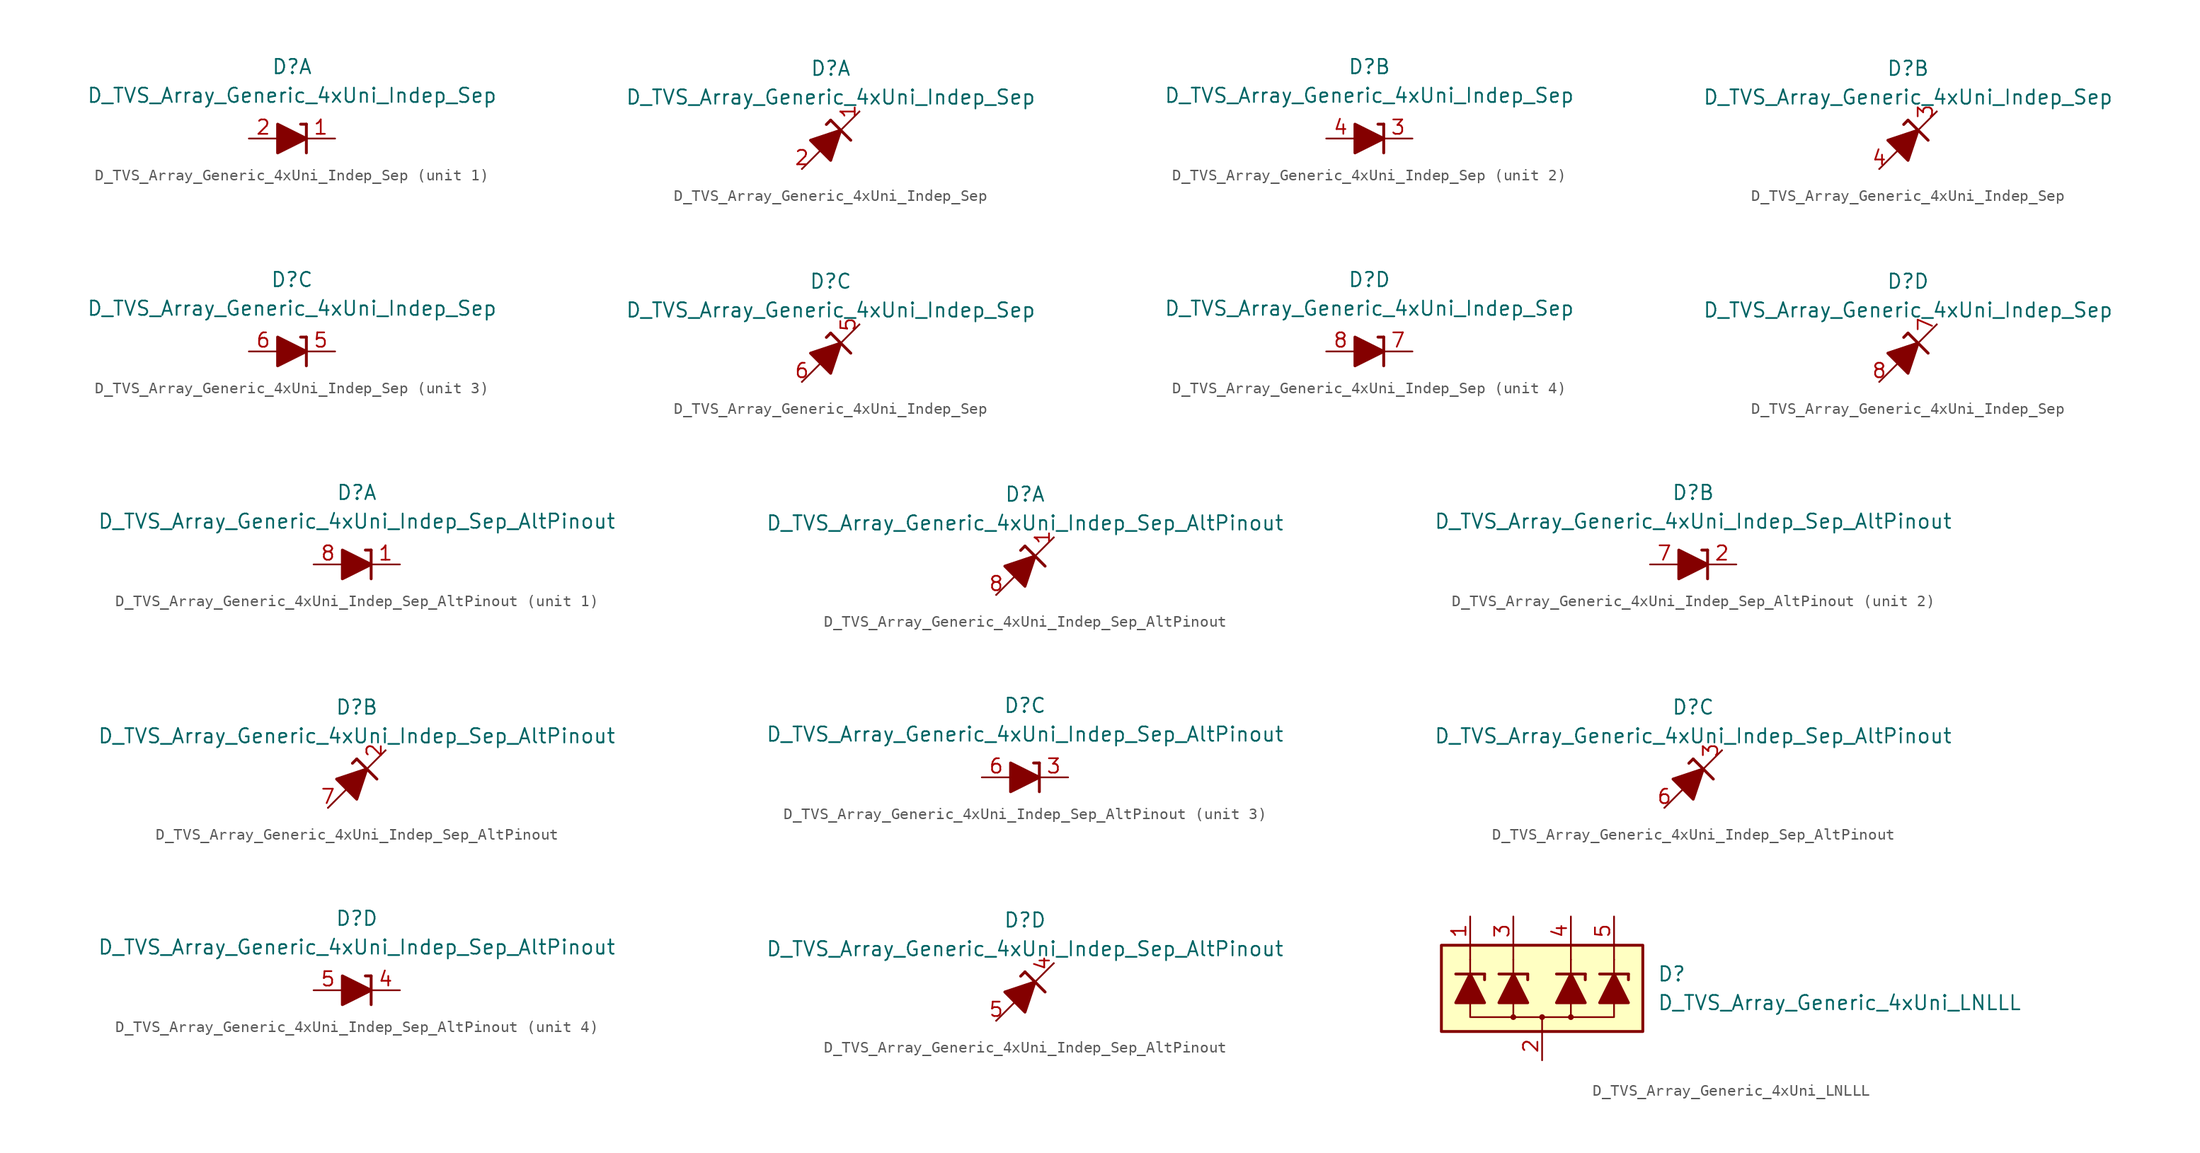
<source format=kicad_sym>
(kicad_symbol_lib
  (version 20231120)
  (generator "kicad_symbol_editor")
  (generator_version "8.0")
  (symbol "D_TVS_Array_Generic_4xUni_Indep_Sep"
    (pin_names
      (offset 1.016) hide)
    (property "Reference" "D"
      (at 0 6.35 0)
      (effects (font (size 1.27 1.27))))
    (property "Value" "D_TVS_Array_Generic_4xUni_Indep_Sep"
      (at 0 3.81 0)
      (effects (font (size 1.27 1.27))))
    (property "ki_locked" ""
      (at 0 0 0)
      (effects (font (size 1.27 1.27))))
    (symbol "D_TVS_Array_Generic_4xUni_Indep_Sep_0_1"
      (polyline (pts (xy -1.27 0) (xy 1.27 0)) (stroke (width 0) (type default)) (fill (type none)))
      (polyline (pts (xy 1.27 -1.27) (xy 1.27 1.27)) (stroke (width 0.254) (type default)) (fill (type none)))
      (polyline (pts (xy 1.27 1.27) (xy 0.762 1.27)) (stroke (width 0.254) (type default)) (fill (type none)))
      (polyline (pts (xy -1.27 1.27) (xy -1.27 -1.27) (xy 1.27 0) (xy -1.27 1.27)) (stroke (width 0.254) (type default)) (fill (type outline))))
    (symbol "D_TVS_Array_Generic_4xUni_Indep_Sep_0_2"
      (polyline (pts (xy -2.54 -2.54) (xy 2.54 2.54)) (stroke (width 0) (type default)) (fill (type none)))
      (polyline (pts (xy 0 1.778) (xy -0.381 1.397)) (stroke (width 0.254) (type default)) (fill (type none)))
      (polyline (pts (xy 0 1.778) (xy 1.778 0)) (stroke (width 0.254) (type default)) (fill (type none)))
      (polyline (pts (xy -0.889 -0.889) (xy -1.778 0) (xy 0.889 0.889) (xy 0 -1.778) (xy -0.889 -0.889)) (stroke (width 0.254) (type default)) (fill (type outline))))
    (symbol "D_TVS_Array_Generic_4xUni_Indep_Sep_1_1"
      (pin passive line (at 3.81 0 180) (length 2.54) (name "K1" (effects (font (size 1.27 1.27)))) (number "1" (effects (font (size 1.27 1.27)))))
      (pin passive line (at -3.81 0 0) (length 2.54) (name "A1" (effects (font (size 1.27 1.27)))) (number "2" (effects (font (size 1.27 1.27))))))
    (symbol "D_TVS_Array_Generic_4xUni_Indep_Sep_1_2"
      (pin passive line (at 2.54 2.54 270) (length 0) (name "K1" (effects (font (size 1.27 1.27)))) (number "1" (effects (font (size 1.27 1.27)))))
      (pin passive line (at -2.54 -2.54 0) (length 0) (name "A1" (effects (font (size 1.27 1.27)))) (number "2" (effects (font (size 1.27 1.27))))))
    (symbol "D_TVS_Array_Generic_4xUni_Indep_Sep_2_1"
      (pin passive line (at 3.81 0 180) (length 2.54) (name "K2" (effects (font (size 1.27 1.27)))) (number "3" (effects (font (size 1.27 1.27)))))
      (pin passive line (at -3.81 0 0) (length 2.54) (name "A2" (effects (font (size 1.27 1.27)))) (number "4" (effects (font (size 1.27 1.27))))))
    (symbol "D_TVS_Array_Generic_4xUni_Indep_Sep_2_2"
      (pin passive line (at 2.54 2.54 270) (length 0) (name "K2" (effects (font (size 1.27 1.27)))) (number "3" (effects (font (size 1.27 1.27)))))
      (pin passive line (at -2.54 -2.54 0) (length 0) (name "A2" (effects (font (size 1.27 1.27)))) (number "4" (effects (font (size 1.27 1.27))))))
    (symbol "D_TVS_Array_Generic_4xUni_Indep_Sep_3_1"
      (pin passive line (at 3.81 0 180) (length 2.54) (name "K3" (effects (font (size 1.27 1.27)))) (number "5" (effects (font (size 1.27 1.27)))))
      (pin passive line (at -3.81 0 0) (length 2.54) (name "A3" (effects (font (size 1.27 1.27)))) (number "6" (effects (font (size 1.27 1.27))))))
    (symbol "D_TVS_Array_Generic_4xUni_Indep_Sep_3_2"
      (pin passive line (at 2.54 2.54 270) (length 0) (name "K3" (effects (font (size 1.27 1.27)))) (number "5" (effects (font (size 1.27 1.27)))))
      (pin passive line (at -2.54 -2.54 0) (length 0) (name "A3" (effects (font (size 1.27 1.27)))) (number "6" (effects (font (size 1.27 1.27))))))
    (symbol "D_TVS_Array_Generic_4xUni_Indep_Sep_4_1"
      (pin passive line (at 3.81 0 180) (length 2.54) (name "K4" (effects (font (size 1.27 1.27)))) (number "7" (effects (font (size 1.27 1.27)))))
      (pin passive line (at -3.81 0 0) (length 2.54) (name "A4" (effects (font (size 1.27 1.27)))) (number "8" (effects (font (size 1.27 1.27))))))
    (symbol "D_TVS_Array_Generic_4xUni_Indep_Sep_4_2"
      (pin passive line (at 2.54 2.54 270) (length 0) (name "K4" (effects (font (size 1.27 1.27)))) (number "7" (effects (font (size 1.27 1.27)))))
      (pin passive line (at -2.54 -2.54 0) (length 0) (name "A4" (effects (font (size 1.27 1.27)))) (number "8" (effects (font (size 1.27 1.27)))))))
  (symbol "D_TVS_Array_Generic_4xUni_Indep_Sep_AltPinout"
    (pin_names
      (offset 1.016) hide)
    (property "Reference" "D"
      (at 0 6.35 0)
      (effects (font (size 1.27 1.27))))
    (property "Value" "D_TVS_Array_Generic_4xUni_Indep_Sep_AltPinout"
      (at 0 3.81 0)
      (effects (font (size 1.27 1.27))))
    (property "ki_locked" ""
      (at 0 0 0)
      (effects (font (size 1.27 1.27))))
    (symbol "D_TVS_Array_Generic_4xUni_Indep_Sep_AltPinout_0_1"
      (polyline (pts (xy -1.27 0) (xy 1.27 0)) (stroke (width 0) (type default)) (fill (type none)))
      (polyline (pts (xy 1.27 -1.27) (xy 1.27 1.27)) (stroke (width 0.254) (type default)) (fill (type none)))
      (polyline (pts (xy 1.27 1.27) (xy 0.762 1.27)) (stroke (width 0.254) (type default)) (fill (type none)))
      (polyline (pts (xy -1.27 1.27) (xy -1.27 -1.27) (xy 1.27 0) (xy -1.27 1.27)) (stroke (width 0.254) (type default)) (fill (type outline))))
    (symbol "D_TVS_Array_Generic_4xUni_Indep_Sep_AltPinout_0_2"
      (polyline (pts (xy -2.54 -2.54) (xy 2.54 2.54)) (stroke (width 0) (type default)) (fill (type none)))
      (polyline (pts (xy 0 1.778) (xy -0.381 1.397)) (stroke (width 0.254) (type default)) (fill (type none)))
      (polyline (pts (xy 0 1.778) (xy 1.778 0)) (stroke (width 0.254) (type default)) (fill (type none)))
      (polyline (pts (xy -0.889 -0.889) (xy -1.778 0) (xy 0.889 0.889) (xy 0 -1.778) (xy -0.889 -0.889)) (stroke (width 0.254) (type default)) (fill (type outline))))
    (symbol "D_TVS_Array_Generic_4xUni_Indep_Sep_AltPinout_1_1"
      (pin passive line (at 3.81 0 180) (length 2.54) (name "K1" (effects (font (size 1.27 1.27)))) (number "1" (effects (font (size 1.27 1.27)))))
      (pin passive line (at -3.81 0 0) (length 2.54) (name "A1" (effects (font (size 1.27 1.27)))) (number "8" (effects (font (size 1.27 1.27))))))
    (symbol "D_TVS_Array_Generic_4xUni_Indep_Sep_AltPinout_1_2"
      (pin passive line (at 2.54 2.54 270) (length 0) (name "K1" (effects (font (size 1.27 1.27)))) (number "1" (effects (font (size 1.27 1.27)))))
      (pin passive line (at -2.54 -2.54 0) (length 0) (name "A1" (effects (font (size 1.27 1.27)))) (number "8" (effects (font (size 1.27 1.27))))))
    (symbol "D_TVS_Array_Generic_4xUni_Indep_Sep_AltPinout_2_1"
      (pin passive line (at 3.81 0 180) (length 2.54) (name "K2" (effects (font (size 1.27 1.27)))) (number "2" (effects (font (size 1.27 1.27)))))
      (pin passive line (at -3.81 0 0) (length 2.54) (name "A2" (effects (font (size 1.27 1.27)))) (number "7" (effects (font (size 1.27 1.27))))))
    (symbol "D_TVS_Array_Generic_4xUni_Indep_Sep_AltPinout_2_2"
      (pin passive line (at 2.54 2.54 270) (length 0) (name "K2" (effects (font (size 1.27 1.27)))) (number "2" (effects (font (size 1.27 1.27)))))
      (pin passive line (at -2.54 -2.54 0) (length 0) (name "A2" (effects (font (size 1.27 1.27)))) (number "7" (effects (font (size 1.27 1.27))))))
    (symbol "D_TVS_Array_Generic_4xUni_Indep_Sep_AltPinout_3_1"
      (pin passive line (at 3.81 0 180) (length 2.54) (name "K3" (effects (font (size 1.27 1.27)))) (number "3" (effects (font (size 1.27 1.27)))))
      (pin passive line (at -3.81 0 0) (length 2.54) (name "A3" (effects (font (size 1.27 1.27)))) (number "6" (effects (font (size 1.27 1.27))))))
    (symbol "D_TVS_Array_Generic_4xUni_Indep_Sep_AltPinout_3_2"
      (pin passive line (at 2.54 2.54 270) (length 0) (name "K3" (effects (font (size 1.27 1.27)))) (number "3" (effects (font (size 1.27 1.27)))))
      (pin passive line (at -2.54 -2.54 0) (length 0) (name "A3" (effects (font (size 1.27 1.27)))) (number "6" (effects (font (size 1.27 1.27))))))
    (symbol "D_TVS_Array_Generic_4xUni_Indep_Sep_AltPinout_4_1"
      (pin passive line (at 3.81 0 180) (length 2.54) (name "K4" (effects (font (size 1.27 1.27)))) (number "4" (effects (font (size 1.27 1.27)))))
      (pin passive line (at -3.81 0 0) (length 2.54) (name "A4" (effects (font (size 1.27 1.27)))) (number "5" (effects (font (size 1.27 1.27))))))
    (symbol "D_TVS_Array_Generic_4xUni_Indep_Sep_AltPinout_4_2"
      (pin passive line (at 2.54 2.54 270) (length 0) (name "K4" (effects (font (size 1.27 1.27)))) (number "4" (effects (font (size 1.27 1.27)))))
      (pin passive line (at -2.54 -2.54 0) (length 0) (name "A4" (effects (font (size 1.27 1.27)))) (number "5" (effects (font (size 1.27 1.27)))))))
  (symbol "D_TVS_Array_Generic_4xUni_LNLLL"
    (pin_names
      (offset 1.016) hide)
    (property "Reference" "D"
      (at 10.16 1.27 0)
      (effects (font (size 1.27 1.27)) (justify left)))
    (property "Value" "D_TVS_Array_Generic_4xUni_LNLLL"
      (at 10.16 -1.27 0)
      (effects (font (size 1.27 1.27)) (justify left)))
    (symbol "D_TVS_Array_Generic_4xUni_LNLLL_0_1"
      (circle (center -2.54 -2.54) (radius 0.178) (stroke (width 0) (type default)) (fill (type outline)))
      (circle (center 0 -2.54) (radius 0.178) (stroke (width 0) (type default)) (fill (type outline)))
      (polyline (pts (xy -6.35 1.27) (xy -6.35 2.54)) (stroke (width 0) (type default)) (fill (type none)))
      (polyline (pts (xy -6.35 2.54) (xy -6.35 3.81)) (stroke (width 0) (type default)) (fill (type none)))
      (polyline (pts (xy -2.54 -2.54) (xy -2.54 -1.27)) (stroke (width 0) (type default)) (fill (type none)))
      (polyline (pts (xy -2.54 1.27) (xy -2.54 2.54)) (stroke (width 0) (type default)) (fill (type none)))
      (polyline (pts (xy -2.54 2.54) (xy -2.54 3.81)) (stroke (width 0) (type default)) (fill (type none)))
      (polyline (pts (xy 0 -3.81) (xy 0 -2.54)) (stroke (width 0) (type default)) (fill (type none)))
      (polyline (pts (xy 2.54 -2.54) (xy 2.54 -1.27)) (stroke (width 0) (type default)) (fill (type none)))
      (polyline (pts (xy 2.54 1.27) (xy 2.54 2.54)) (stroke (width 0) (type default)) (fill (type none)))
      (polyline (pts (xy 2.54 2.54) (xy 2.54 3.81)) (stroke (width 0) (type default)) (fill (type none)))
      (polyline (pts (xy 6.35 1.27) (xy 6.35 2.54)) (stroke (width 0) (type default)) (fill (type none)))
      (polyline (pts (xy 6.35 2.54) (xy 6.35 3.81)) (stroke (width 0) (type default)) (fill (type none)))
      (polyline (pts (xy 6.35 -1.27) (xy 6.35 -2.54) (xy -6.35 -2.54) (xy -6.35 -1.27)) (stroke (width 0) (type default)) (fill (type none)))
      (circle (center 2.54 -2.54) (radius 0.178) (stroke (width 0) (type default)) (fill (type outline)))
      (rectangle (start 8.89 3.81) (end -8.89 -3.81) (stroke (width 0.254) (type default)) (fill (type background))))
    (symbol "D_TVS_Array_Generic_4xUni_LNLLL_1_1"
      (polyline (pts (xy -7.62 1.27) (xy -5.08 1.27)) (stroke (width 0.254) (type default)) (fill (type none)))
      (polyline (pts (xy -6.35 -1.27) (xy -6.35 1.27)) (stroke (width 0) (type default)) (fill (type none)))
      (polyline (pts (xy -5.08 1.27) (xy -5.08 0.762)) (stroke (width 0.254) (type default)) (fill (type none)))
      (polyline (pts (xy -3.81 1.27) (xy -1.27 1.27)) (stroke (width 0.254) (type default)) (fill (type none)))
      (polyline (pts (xy -2.54 -1.27) (xy -2.54 1.27)) (stroke (width 0) (type default)) (fill (type none)))
      (polyline (pts (xy -1.27 1.27) (xy -1.27 0.762)) (stroke (width 0.254) (type default)) (fill (type none)))
      (polyline (pts (xy 1.27 1.27) (xy 3.81 1.27)) (stroke (width 0.254) (type default)) (fill (type none)))
      (polyline (pts (xy 2.54 -1.27) (xy 2.54 1.27)) (stroke (width 0) (type default)) (fill (type none)))
      (polyline (pts (xy 3.81 1.27) (xy 3.81 0.762)) (stroke (width 0.254) (type default)) (fill (type none)))
      (polyline (pts (xy 5.08 1.27) (xy 7.62 1.27)) (stroke (width 0.254) (type default)) (fill (type none)))
      (polyline (pts (xy 6.35 -1.27) (xy 6.35 1.27)) (stroke (width 0) (type default)) (fill (type none)))
      (polyline (pts (xy 7.62 1.27) (xy 7.62 0.762)) (stroke (width 0.254) (type default)) (fill (type none)))
      (polyline (pts (xy -5.08 -1.27) (xy -7.62 -1.27) (xy -6.35 1.27) (xy -5.08 -1.27)) (stroke (width 0.254) (type default)) (fill (type outline)))
      (polyline (pts (xy -1.27 -1.27) (xy -3.81 -1.27) (xy -2.54 1.27) (xy -1.27 -1.27)) (stroke (width 0.254) (type default)) (fill (type outline)))
      (polyline (pts (xy 3.81 -1.27) (xy 1.27 -1.27) (xy 2.54 1.27) (xy 3.81 -1.27)) (stroke (width 0.254) (type default)) (fill (type outline)))
      (polyline (pts (xy 7.62 -1.27) (xy 5.08 -1.27) (xy 6.35 1.27) (xy 7.62 -1.27)) (stroke (width 0.254) (type default)) (fill (type outline)))
      (pin passive line (at -6.35 6.35 270) (length 2.54) (name "L1" (effects (font (size 1.27 1.27)))) (number "1" (effects (font (size 1.27 1.27)))))
      (pin passive line (at 0 -6.35 90) (length 2.54) (name "VN" (effects (font (size 1.27 1.27)))) (number "2" (effects (font (size 1.27 1.27)))))
      (pin passive line (at -2.54 6.35 270) (length 2.54) (name "L2" (effects (font (size 1.27 1.27)))) (number "3" (effects (font (size 1.27 1.27)))))
      (pin passive line (at 2.54 6.35 270) (length 2.54) (name "L3" (effects (font (size 1.27 1.27)))) (number "4" (effects (font (size 1.27 1.27)))))
      (pin passive line (at 6.35 6.35 270) (length 2.54) (name "L4" (effects (font (size 1.27 1.27)))) (number "5" (effects (font (size 1.27 1.27))))))))
</source>
